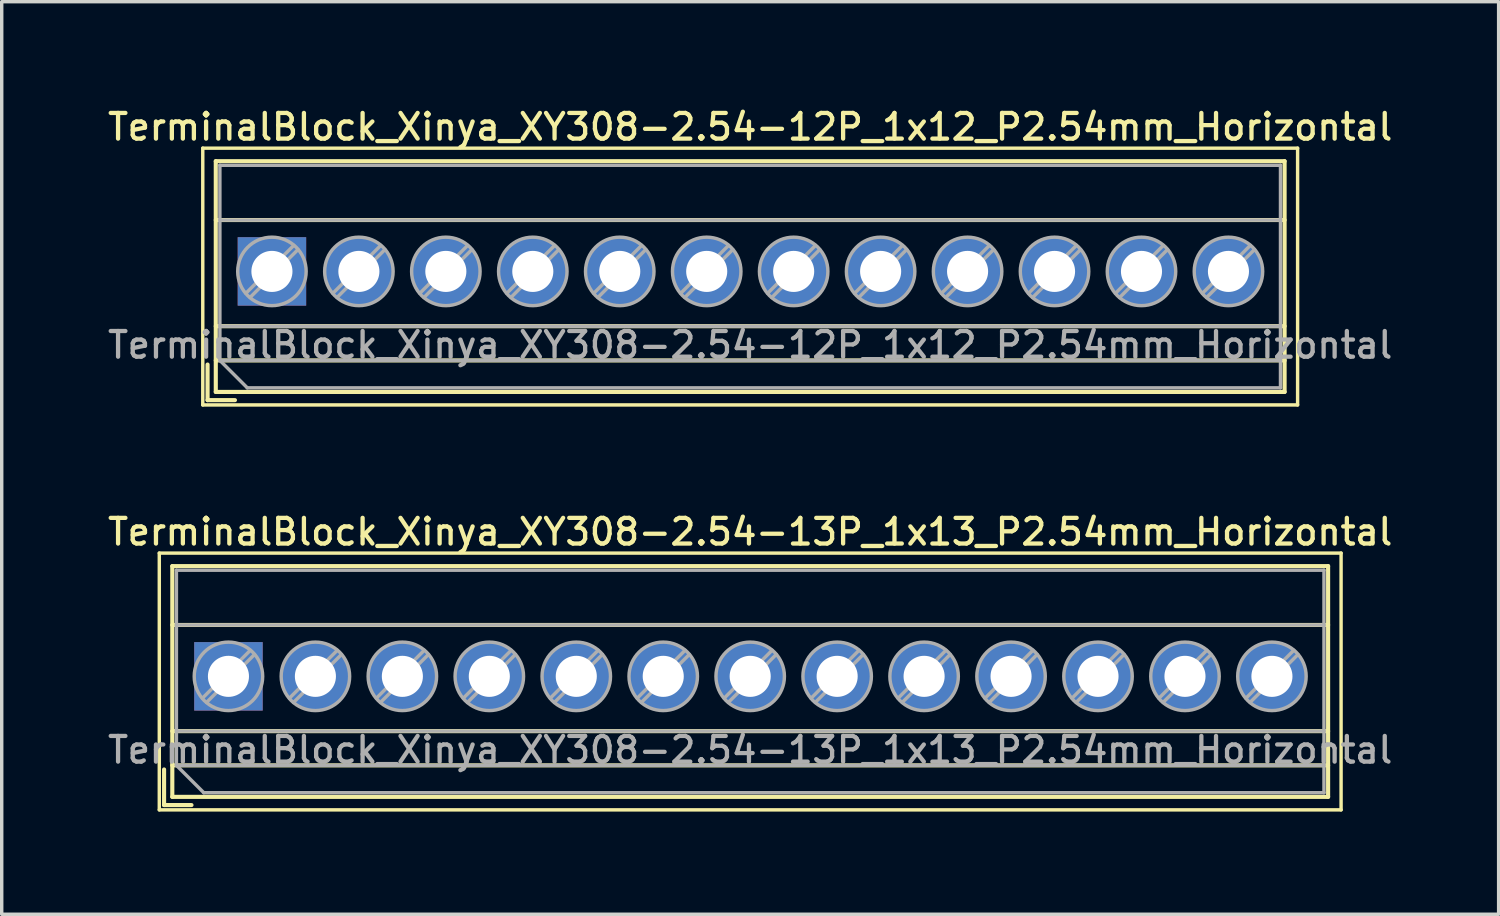
<source format=kicad_pcb>
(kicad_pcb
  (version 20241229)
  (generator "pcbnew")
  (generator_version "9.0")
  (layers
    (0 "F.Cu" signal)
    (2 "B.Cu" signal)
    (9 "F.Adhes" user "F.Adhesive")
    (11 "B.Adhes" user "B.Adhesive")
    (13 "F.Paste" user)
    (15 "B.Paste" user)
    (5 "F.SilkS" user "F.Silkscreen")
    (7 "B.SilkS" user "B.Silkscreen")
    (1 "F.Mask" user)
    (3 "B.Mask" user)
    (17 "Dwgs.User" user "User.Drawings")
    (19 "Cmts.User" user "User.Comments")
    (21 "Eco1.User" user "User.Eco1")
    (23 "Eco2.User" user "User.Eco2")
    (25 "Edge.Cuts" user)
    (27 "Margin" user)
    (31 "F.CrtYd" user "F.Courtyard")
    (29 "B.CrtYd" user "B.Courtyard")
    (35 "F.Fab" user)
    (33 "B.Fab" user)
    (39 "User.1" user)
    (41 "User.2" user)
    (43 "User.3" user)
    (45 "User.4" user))
  (footprint "TerminalBlock_Xinya_XY308-2.54-13P_1x13_P2.54mm_Horizontal"
    (layer "F.Cu")
    (at 3.623 16.706)
    (property "Reference" "TerminalBlock_Xinya_XY308-2.54-13P_1x13_P2.54mm_Horizontal" (at 15.24 -4.22 0) (layer "F.SilkS") (effects (font (size 0.75 0.75) (thickness 0.125))))
    (attr through_hole)
    (fp_line (start -2.02 -3.6) (end -2.02 3.9) (stroke (width 0.1) (type solid)) (layer "F.SilkS"))
    (fp_line (start -2.02 3.9) (end 32.5 3.9) (stroke (width 0.1) (type solid)) (layer "F.SilkS"))
    (fp_line (start -1.88 2.72) (end -1.88 3.76) (stroke (width 0.12) (type solid)) (layer "F.SilkS"))
    (fp_line (start -1.88 3.76) (end -1.08 3.76) (stroke (width 0.12) (type solid)) (layer "F.SilkS"))
    (fp_line (start -1.64 -3.22) (end -1.64 3.52) (stroke (width 0.12) (type solid)) (layer "F.SilkS"))
    (fp_line (start -1.64 -3.22) (end 32.121 -3.22) (stroke (width 0.12) (type solid)) (layer "F.SilkS"))
    (fp_line (start -1.64 -1.501) (end 32.121 -1.501) (stroke (width 0.12) (type solid)) (layer "F.SilkS"))
    (fp_line (start -1.64 1.6) (end 32.121 1.6) (stroke (width 0.12) (type solid)) (layer "F.SilkS"))
    (fp_line (start -1.64 2.6) (end 32.121 2.6) (stroke (width 0.12) (type solid)) (layer "F.SilkS"))
    (fp_line (start -1.64 3.52) (end 32.121 3.52) (stroke (width 0.12) (type solid)) (layer "F.SilkS"))
    (fp_line (start 32.121 -3.22) (end 32.121 3.52) (stroke (width 0.12) (type solid)) (layer "F.SilkS"))
    (fp_line (start 32.5 -3.6) (end -2.02 -3.6) (stroke (width 0.1) (type solid)) (layer "F.SilkS"))
    (fp_line (start 32.5 3.9) (end 32.5 -3.6) (stroke (width 0.1) (type solid)) (layer "F.SilkS"))
    (fp_line (start -1.52 -3.1) (end 32 -3.1) (stroke (width 0.1) (type solid)) (layer "F.Fab"))
    (fp_line (start -1.52 -1.5) (end 32 -1.5) (stroke (width 0.1) (type solid)) (layer "F.Fab"))
    (fp_line (start -1.52 1.6) (end 32 1.6) (stroke (width 0.1) (type solid)) (layer "F.Fab"))
    (fp_line (start -1.52 2.6) (end -1.52 -3.1) (stroke (width 0.1) (type solid)) (layer "F.Fab"))
    (fp_line (start -1.52 2.6) (end 32 2.6) (stroke (width 0.1) (type solid)) (layer "F.Fab"))
    (fp_line (start -0.72 3.4) (end -1.52 2.6) (stroke (width 0.1) (type solid)) (layer "F.Fab"))
    (fp_line (start 0.637 -0.759) (end -0.759 0.637) (stroke (width 0.1) (type solid)) (layer "F.Fab"))
    (fp_line (start 0.759 -0.637) (end -0.637 0.759) (stroke (width 0.1) (type solid)) (layer "F.Fab"))
    (fp_line (start 3.177 -0.759) (end 1.782 0.637) (stroke (width 0.1) (type solid)) (layer "F.Fab"))
    (fp_line (start 3.299 -0.637) (end 1.904 0.759) (stroke (width 0.1) (type solid)) (layer "F.Fab"))
    (fp_line (start 5.717 -0.759) (end 4.322 0.637) (stroke (width 0.1) (type solid)) (layer "F.Fab"))
    (fp_line (start 5.839 -0.637) (end 4.444 0.759) (stroke (width 0.1) (type solid)) (layer "F.Fab"))
    (fp_line (start 8.257 -0.759) (end 6.862 0.637) (stroke (width 0.1) (type solid)) (layer "F.Fab"))
    (fp_line (start 8.379 -0.637) (end 6.984 0.759) (stroke (width 0.1) (type solid)) (layer "F.Fab"))
    (fp_line (start 10.797 -0.759) (end 9.402 0.637) (stroke (width 0.1) (type solid)) (layer "F.Fab"))
    (fp_line (start 10.919 -0.637) (end 9.524 0.759) (stroke (width 0.1) (type solid)) (layer "F.Fab"))
    (fp_line (start 13.337 -0.759) (end 11.942 0.637) (stroke (width 0.1) (type solid)) (layer "F.Fab"))
    (fp_line (start 13.459 -0.637) (end 12.064 0.759) (stroke (width 0.1) (type solid)) (layer "F.Fab"))
    (fp_line (start 15.877 -0.759) (end 14.482 0.637) (stroke (width 0.1) (type solid)) (layer "F.Fab"))
    (fp_line (start 15.999 -0.637) (end 14.604 0.759) (stroke (width 0.1) (type solid)) (layer "F.Fab"))
    (fp_line (start 18.417 -0.759) (end 17.022 0.637) (stroke (width 0.1) (type solid)) (layer "F.Fab"))
    (fp_line (start 18.539 -0.637) (end 17.144 0.759) (stroke (width 0.1) (type solid)) (layer "F.Fab"))
    (fp_line (start 20.957 -0.759) (end 19.562 0.637) (stroke (width 0.1) (type solid)) (layer "F.Fab"))
    (fp_line (start 21.079 -0.637) (end 19.684 0.759) (stroke (width 0.1) (type solid)) (layer "F.Fab"))
    (fp_line (start 23.497 -0.759) (end 22.102 0.637) (stroke (width 0.1) (type solid)) (layer "F.Fab"))
    (fp_line (start 23.619 -0.637) (end 22.224 0.759) (stroke (width 0.1) (type solid)) (layer "F.Fab"))
    (fp_line (start 26.037 -0.759) (end 24.642 0.637) (stroke (width 0.1) (type solid)) (layer "F.Fab"))
    (fp_line (start 26.159 -0.637) (end 24.764 0.759) (stroke (width 0.1) (type solid)) (layer "F.Fab"))
    (fp_line (start 28.577 -0.759) (end 27.182 0.637) (stroke (width 0.1) (type solid)) (layer "F.Fab"))
    (fp_line (start 28.699 -0.637) (end 27.304 0.759) (stroke (width 0.1) (type solid)) (layer "F.Fab"))
    (fp_line (start 31.117 -0.759) (end 29.722 0.637) (stroke (width 0.1) (type solid)) (layer "F.Fab"))
    (fp_line (start 31.239 -0.637) (end 29.844 0.759) (stroke (width 0.1) (type solid)) (layer "F.Fab"))
    (fp_line (start 32 -3.1) (end 32 3.4) (stroke (width 0.1) (type solid)) (layer "F.Fab"))
    (fp_line (start 32 3.4) (end -0.72 3.4) (stroke (width 0.1) (type solid)) (layer "F.Fab"))
    (fp_circle (center 0 0) (end 1 0) (stroke (width 0.1) (type solid)) (fill no) (layer "F.Fab"))
    (fp_circle (center 2.54 0) (end 3.54 0) (stroke (width 0.1) (type solid)) (fill no) (layer "F.Fab"))
    (fp_circle (center 5.08 0) (end 6.08 0) (stroke (width 0.1) (type solid)) (fill no) (layer "F.Fab"))
    (fp_circle (center 7.62 0) (end 8.62 0) (stroke (width 0.1) (type solid)) (fill no) (layer "F.Fab"))
    (fp_circle (center 10.16 0) (end 11.16 0) (stroke (width 0.1) (type solid)) (fill no) (layer "F.Fab"))
    (fp_circle (center 12.7 0) (end 13.7 0) (stroke (width 0.1) (type solid)) (fill no) (layer "F.Fab"))
    (fp_circle (center 15.24 0) (end 16.24 0) (stroke (width 0.1) (type solid)) (fill no) (layer "F.Fab"))
    (fp_circle (center 17.78 0) (end 18.78 0) (stroke (width 0.1) (type solid)) (fill no) (layer "F.Fab"))
    (fp_circle (center 20.32 0) (end 21.32 0) (stroke (width 0.1) (type solid)) (fill no) (layer "F.Fab"))
    (fp_circle (center 22.86 0) (end 23.86 0) (stroke (width 0.1) (type solid)) (fill no) (layer "F.Fab"))
    (fp_circle (center 25.4 0) (end 26.4 0) (stroke (width 0.1) (type solid)) (fill no) (layer "F.Fab"))
    (fp_circle (center 27.94 0) (end 28.94 0) (stroke (width 0.1) (type solid)) (fill no) (layer "F.Fab"))
    (fp_circle (center 30.48 0) (end 31.48 0) (stroke (width 0.1) (type solid)) (fill no) (layer "F.Fab"))
    (fp_text user "${REFERENCE}" (at 15.24 2.15 0) (layer "F.Fab") (effects (font (size 0.75 0.75) (thickness 0.125))))
    (pad "1" thru_hole rect (at 0 0) (size 2 2) (drill 1.2) (layers "*.Cu" "*.Mask"))
    (pad "2" thru_hole circle (at 2.54 0) (size 2 2) (drill 1.2) (layers "*.Cu" "*.Mask"))
    (pad "3" thru_hole circle (at 5.08 0) (size 2 2) (drill 1.2) (layers "*.Cu" "*.Mask"))
    (pad "4" thru_hole circle (at 7.62 0) (size 2 2) (drill 1.2) (layers "*.Cu" "*.Mask"))
    (pad "5" thru_hole circle (at 10.16 0) (size 2 2) (drill 1.2) (layers "*.Cu" "*.Mask"))
    (pad "6" thru_hole circle (at 12.7 0) (size 2 2) (drill 1.2) (layers "*.Cu" "*.Mask"))
    (pad "7" thru_hole circle (at 15.24 0) (size 2 2) (drill 1.2) (layers "*.Cu" "*.Mask"))
    (pad "8" thru_hole circle (at 17.78 0) (size 2 2) (drill 1.2) (layers "*.Cu" "*.Mask"))
    (pad "9" thru_hole circle (at 20.32 0) (size 2 2) (drill 1.2) (layers "*.Cu" "*.Mask"))
    (pad "10" thru_hole circle (at 22.86 0) (size 2 2) (drill 1.2) (layers "*.Cu" "*.Mask"))
    (pad "11" thru_hole circle (at 25.4 0) (size 2 2) (drill 1.2) (layers "*.Cu" "*.Mask"))
    (pad "12" thru_hole circle (at 27.94 0) (size 2 2) (drill 1.2) (layers "*.Cu" "*.Mask"))
    (pad "13" thru_hole circle (at 30.48 0) (size 2 2) (drill 1.2) (layers "*.Cu" "*.Mask")))
  (footprint "TerminalBlock_Xinya_XY308-2.54-12P_1x12_P2.54mm_Horizontal"
    (layer "F.Cu")
    (at 4.893 4.878)
    (property "Reference" "TerminalBlock_Xinya_XY308-2.54-12P_1x12_P2.54mm_Horizontal" (at 13.97 -4.22 0) (layer "F.SilkS") (effects (font (size 0.75 0.75) (thickness 0.125))))
    (attr through_hole)
    (fp_line (start -2.02 -3.6) (end -2.02 3.9) (stroke (width 0.1) (type solid)) (layer "F.SilkS"))
    (fp_line (start -2.02 3.9) (end 29.96 3.9) (stroke (width 0.1) (type solid)) (layer "F.SilkS"))
    (fp_line (start -1.88 2.72) (end -1.88 3.76) (stroke (width 0.12) (type solid)) (layer "F.SilkS"))
    (fp_line (start -1.88 3.76) (end -1.08 3.76) (stroke (width 0.12) (type solid)) (layer "F.SilkS"))
    (fp_line (start -1.64 -3.22) (end -1.64 3.52) (stroke (width 0.12) (type solid)) (layer "F.SilkS"))
    (fp_line (start -1.64 -3.22) (end 29.58 -3.22) (stroke (width 0.12) (type solid)) (layer "F.SilkS"))
    (fp_line (start -1.64 -1.501) (end 29.58 -1.501) (stroke (width 0.12) (type solid)) (layer "F.SilkS"))
    (fp_line (start -1.64 1.6) (end 29.58 1.6) (stroke (width 0.12) (type solid)) (layer "F.SilkS"))
    (fp_line (start -1.64 2.6) (end 29.58 2.6) (stroke (width 0.12) (type solid)) (layer "F.SilkS"))
    (fp_line (start -1.64 3.52) (end 29.58 3.52) (stroke (width 0.12) (type solid)) (layer "F.SilkS"))
    (fp_line (start 29.58 -3.22) (end 29.58 3.52) (stroke (width 0.12) (type solid)) (layer "F.SilkS"))
    (fp_line (start 29.96 -3.6) (end -2.02 -3.6) (stroke (width 0.1) (type solid)) (layer "F.SilkS"))
    (fp_line (start 29.96 3.9) (end 29.96 -3.6) (stroke (width 0.1) (type solid)) (layer "F.SilkS"))
    (fp_line (start -1.52 -3.1) (end 29.46 -3.1) (stroke (width 0.1) (type solid)) (layer "F.Fab"))
    (fp_line (start -1.52 -1.5) (end 29.46 -1.5) (stroke (width 0.1) (type solid)) (layer "F.Fab"))
    (fp_line (start -1.52 1.6) (end 29.46 1.6) (stroke (width 0.1) (type solid)) (layer "F.Fab"))
    (fp_line (start -1.52 2.6) (end -1.52 -3.1) (stroke (width 0.1) (type solid)) (layer "F.Fab"))
    (fp_line (start -1.52 2.6) (end 29.46 2.6) (stroke (width 0.1) (type solid)) (layer "F.Fab"))
    (fp_line (start -0.72 3.4) (end -1.52 2.6) (stroke (width 0.1) (type solid)) (layer "F.Fab"))
    (fp_line (start 0.637 -0.759) (end -0.759 0.637) (stroke (width 0.1) (type solid)) (layer "F.Fab"))
    (fp_line (start 0.759 -0.637) (end -0.637 0.759) (stroke (width 0.1) (type solid)) (layer "F.Fab"))
    (fp_line (start 3.177 -0.759) (end 1.782 0.637) (stroke (width 0.1) (type solid)) (layer "F.Fab"))
    (fp_line (start 3.299 -0.637) (end 1.904 0.759) (stroke (width 0.1) (type solid)) (layer "F.Fab"))
    (fp_line (start 5.717 -0.759) (end 4.322 0.637) (stroke (width 0.1) (type solid)) (layer "F.Fab"))
    (fp_line (start 5.839 -0.637) (end 4.444 0.759) (stroke (width 0.1) (type solid)) (layer "F.Fab"))
    (fp_line (start 8.257 -0.759) (end 6.862 0.637) (stroke (width 0.1) (type solid)) (layer "F.Fab"))
    (fp_line (start 8.379 -0.637) (end 6.984 0.759) (stroke (width 0.1) (type solid)) (layer "F.Fab"))
    (fp_line (start 10.797 -0.759) (end 9.402 0.637) (stroke (width 0.1) (type solid)) (layer "F.Fab"))
    (fp_line (start 10.919 -0.637) (end 9.524 0.759) (stroke (width 0.1) (type solid)) (layer "F.Fab"))
    (fp_line (start 13.337 -0.759) (end 11.942 0.637) (stroke (width 0.1) (type solid)) (layer "F.Fab"))
    (fp_line (start 13.459 -0.637) (end 12.064 0.759) (stroke (width 0.1) (type solid)) (layer "F.Fab"))
    (fp_line (start 15.877 -0.759) (end 14.482 0.637) (stroke (width 0.1) (type solid)) (layer "F.Fab"))
    (fp_line (start 15.999 -0.637) (end 14.604 0.759) (stroke (width 0.1) (type solid)) (layer "F.Fab"))
    (fp_line (start 18.417 -0.759) (end 17.022 0.637) (stroke (width 0.1) (type solid)) (layer "F.Fab"))
    (fp_line (start 18.539 -0.637) (end 17.144 0.759) (stroke (width 0.1) (type solid)) (layer "F.Fab"))
    (fp_line (start 20.957 -0.759) (end 19.562 0.637) (stroke (width 0.1) (type solid)) (layer "F.Fab"))
    (fp_line (start 21.079 -0.637) (end 19.684 0.759) (stroke (width 0.1) (type solid)) (layer "F.Fab"))
    (fp_line (start 23.497 -0.759) (end 22.102 0.637) (stroke (width 0.1) (type solid)) (layer "F.Fab"))
    (fp_line (start 23.619 -0.637) (end 22.224 0.759) (stroke (width 0.1) (type solid)) (layer "F.Fab"))
    (fp_line (start 26.037 -0.759) (end 24.642 0.637) (stroke (width 0.1) (type solid)) (layer "F.Fab"))
    (fp_line (start 26.159 -0.637) (end 24.764 0.759) (stroke (width 0.1) (type solid)) (layer "F.Fab"))
    (fp_line (start 28.577 -0.759) (end 27.182 0.637) (stroke (width 0.1) (type solid)) (layer "F.Fab"))
    (fp_line (start 28.699 -0.637) (end 27.304 0.759) (stroke (width 0.1) (type solid)) (layer "F.Fab"))
    (fp_line (start 29.46 -3.1) (end 29.46 3.4) (stroke (width 0.1) (type solid)) (layer "F.Fab"))
    (fp_line (start 29.46 3.4) (end -0.72 3.4) (stroke (width 0.1) (type solid)) (layer "F.Fab"))
    (fp_circle (center 0 0) (end 1 0) (stroke (width 0.1) (type solid)) (fill no) (layer "F.Fab"))
    (fp_circle (center 2.54 0) (end 3.54 0) (stroke (width 0.1) (type solid)) (fill no) (layer "F.Fab"))
    (fp_circle (center 5.08 0) (end 6.08 0) (stroke (width 0.1) (type solid)) (fill no) (layer "F.Fab"))
    (fp_circle (center 7.62 0) (end 8.62 0) (stroke (width 0.1) (type solid)) (fill no) (layer "F.Fab"))
    (fp_circle (center 10.16 0) (end 11.16 0) (stroke (width 0.1) (type solid)) (fill no) (layer "F.Fab"))
    (fp_circle (center 12.7 0) (end 13.7 0) (stroke (width 0.1) (type solid)) (fill no) (layer "F.Fab"))
    (fp_circle (center 15.24 0) (end 16.24 0) (stroke (width 0.1) (type solid)) (fill no) (layer "F.Fab"))
    (fp_circle (center 17.78 0) (end 18.78 0) (stroke (width 0.1) (type solid)) (fill no) (layer "F.Fab"))
    (fp_circle (center 20.32 0) (end 21.32 0) (stroke (width 0.1) (type solid)) (fill no) (layer "F.Fab"))
    (fp_circle (center 22.86 0) (end 23.86 0) (stroke (width 0.1) (type solid)) (fill no) (layer "F.Fab"))
    (fp_circle (center 25.4 0) (end 26.4 0) (stroke (width 0.1) (type solid)) (fill no) (layer "F.Fab"))
    (fp_circle (center 27.94 0) (end 28.94 0) (stroke (width 0.1) (type solid)) (fill no) (layer "F.Fab"))
    (fp_text user "${REFERENCE}" (at 13.97 2.15 0) (layer "F.Fab") (effects (font (size 0.75 0.75) (thickness 0.125))))
    (pad "1" thru_hole rect (at 0 0) (size 2 2) (drill 1.2) (layers "*.Cu" "*.Mask"))
    (pad "2" thru_hole circle (at 2.54 0) (size 2 2) (drill 1.2) (layers "*.Cu" "*.Mask"))
    (pad "3" thru_hole circle (at 5.08 0) (size 2 2) (drill 1.2) (layers "*.Cu" "*.Mask"))
    (pad "4" thru_hole circle (at 7.62 0) (size 2 2) (drill 1.2) (layers "*.Cu" "*.Mask"))
    (pad "5" thru_hole circle (at 10.16 0) (size 2 2) (drill 1.2) (layers "*.Cu" "*.Mask"))
    (pad "6" thru_hole circle (at 12.7 0) (size 2 2) (drill 1.2) (layers "*.Cu" "*.Mask"))
    (pad "7" thru_hole circle (at 15.24 0) (size 2 2) (drill 1.2) (layers "*.Cu" "*.Mask"))
    (pad "8" thru_hole circle (at 17.78 0) (size 2 2) (drill 1.2) (layers "*.Cu" "*.Mask"))
    (pad "9" thru_hole circle (at 20.32 0) (size 2 2) (drill 1.2) (layers "*.Cu" "*.Mask"))
    (pad "10" thru_hole circle (at 22.86 0) (size 2 2) (drill 1.2) (layers "*.Cu" "*.Mask"))
    (pad "11" thru_hole circle (at 25.4 0) (size 2 2) (drill 1.2) (layers "*.Cu" "*.Mask"))
    (pad "12" thru_hole circle (at 27.94 0) (size 2 2) (drill 1.2) (layers "*.Cu" "*.Mask")))
  (gr_rect
    (start -3 -3)
    (end 40.725 23.656)
    (stroke (width 0.1) (type default))
    (fill no)
    (layer "Edge.Cuts")))
</source>
